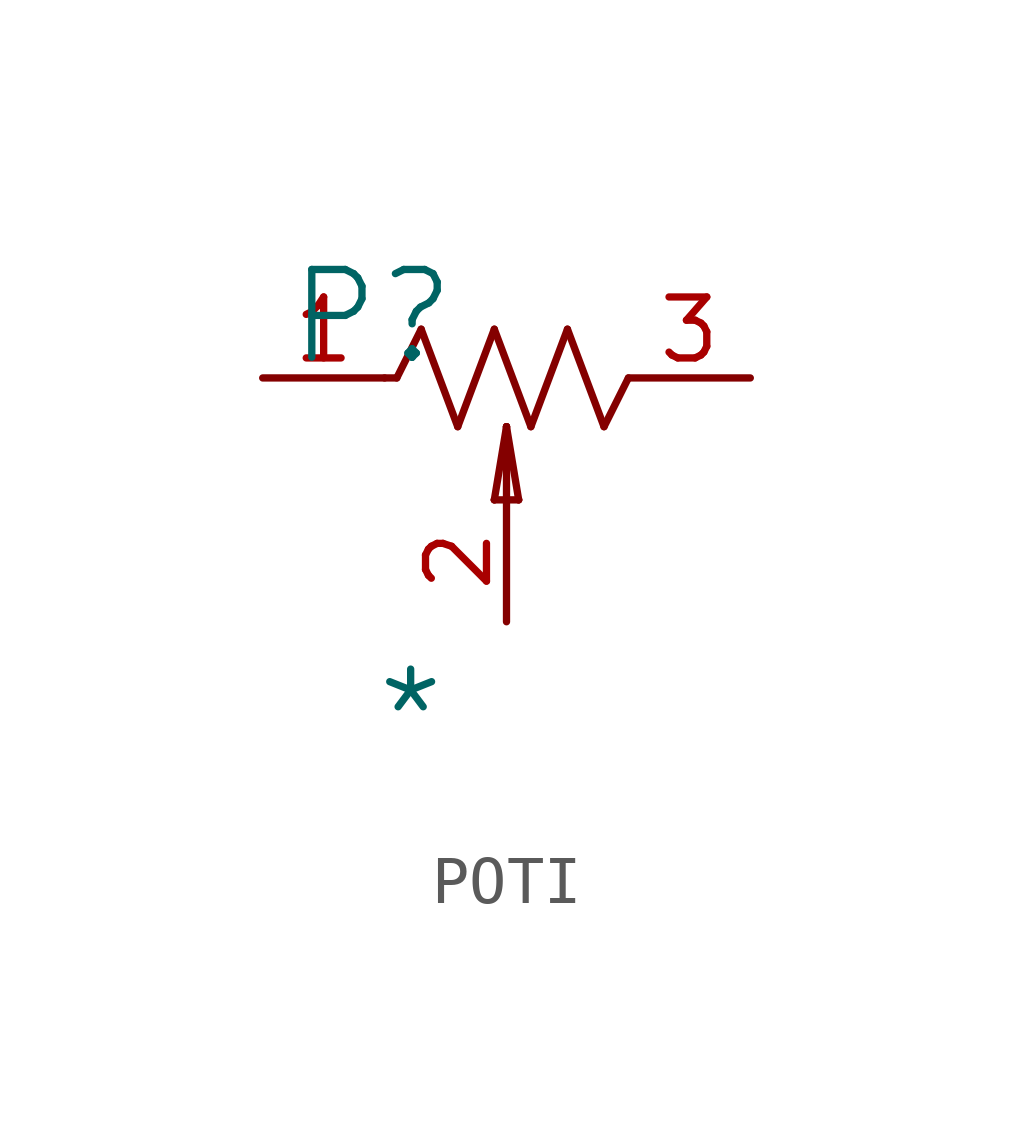
<source format=kicad_sym>
(kicad_symbol_lib
  (version 20241209)
  (generator "kicad_symbol_editor")
  (generator_version "9.0")
  (symbol "POTI"
    (pin_names
      (hide yes))
    (property "Reference" "P"
      (at -0.254 -1.27 0)
      (effects (font (size 1.829 1.829))))
    (property "Value" "*"
      (at -0.254 -10.668 0)
      (effects (font (size 1.829 1.829)) (justify left bottom)))
    (symbol "POTI_1_0"
      (polyline (pts (xy 0 -2.54) (xy 0.254 -2.54)) (stroke (width 0) (type solid)) (fill (type none)))
      (polyline (pts (xy 0.254 -2.54) (xy 0.762 -1.524)) (stroke (width 0) (type solid)) (fill (type none)))
      (polyline (pts (xy 0.762 -1.524) (xy 1.524 -3.556)) (stroke (width 0) (type solid)) (fill (type none)))
      (polyline (pts (xy 1.524 -3.556) (xy 2.286 -1.524)) (stroke (width 0) (type solid)) (fill (type none)))
      (polyline (pts (xy 2.286 -1.524) (xy 3.048 -3.556)) (stroke (width 0) (type solid)) (fill (type none)))
      (polyline (pts (xy 2.286 -5.08) (xy 2.286 -5.08)) (stroke (width 0) (type solid)) (fill (type none)))
      (polyline (pts (xy 2.286 -5.08) (xy 2.794 -5.08)) (stroke (width 0) (type solid)) (fill (type none)))
      (polyline (pts (xy 2.54 -3.556) (xy 2.286 -5.08)) (stroke (width 0) (type solid)) (fill (type none)))
      (polyline (pts (xy 2.54 -3.556) (xy 2.54 -3.556)) (stroke (width 0) (type solid)) (fill (type none)))
      (polyline (pts (xy 2.54 -3.556) (xy 2.54 -3.556)) (stroke (width 0) (type solid)) (fill (type none)))
      (polyline (pts (xy 2.54 -5.08) (xy 2.54 -3.556)) (stroke (width 0) (type solid)) (fill (type none)))
      (polyline (pts (xy 2.794 -5.08) (xy 2.54 -3.556)) (stroke (width 0) (type solid)) (fill (type none)))
      (polyline (pts (xy 2.794 -5.08) (xy 2.794 -5.08)) (stroke (width 0) (type solid)) (fill (type none)))
      (polyline (pts (xy 3.048 -3.556) (xy 3.81 -1.524)) (stroke (width 0) (type solid)) (fill (type none)))
      (polyline (pts (xy 3.81 -1.524) (xy 4.572 -3.556)) (stroke (width 0) (type solid)) (fill (type none)))
      (polyline (pts (xy 4.572 -3.556) (xy 5.08 -2.54)) (stroke (width 0) (type solid)) (fill (type none)))
      (pin passive line (at -2.54 -2.54 0) (length 2.54) (name "1" (effects (font (size 1.27 1.27)))) (number "1" (effects (font (size 1.27 1.27)))))
      (pin passive line (at 2.54 -7.62 90) (length 2.54) (name "t" (effects (font (size 1.27 1.27)))) (number "2" (effects (font (size 1.27 1.27)))))
      (pin passive line (at 7.62 -2.54 180) (length 2.54) (name "2" (effects (font (size 1.27 1.27)))) (number "3" (effects (font (size 1.27 1.27))))))))
</source>
